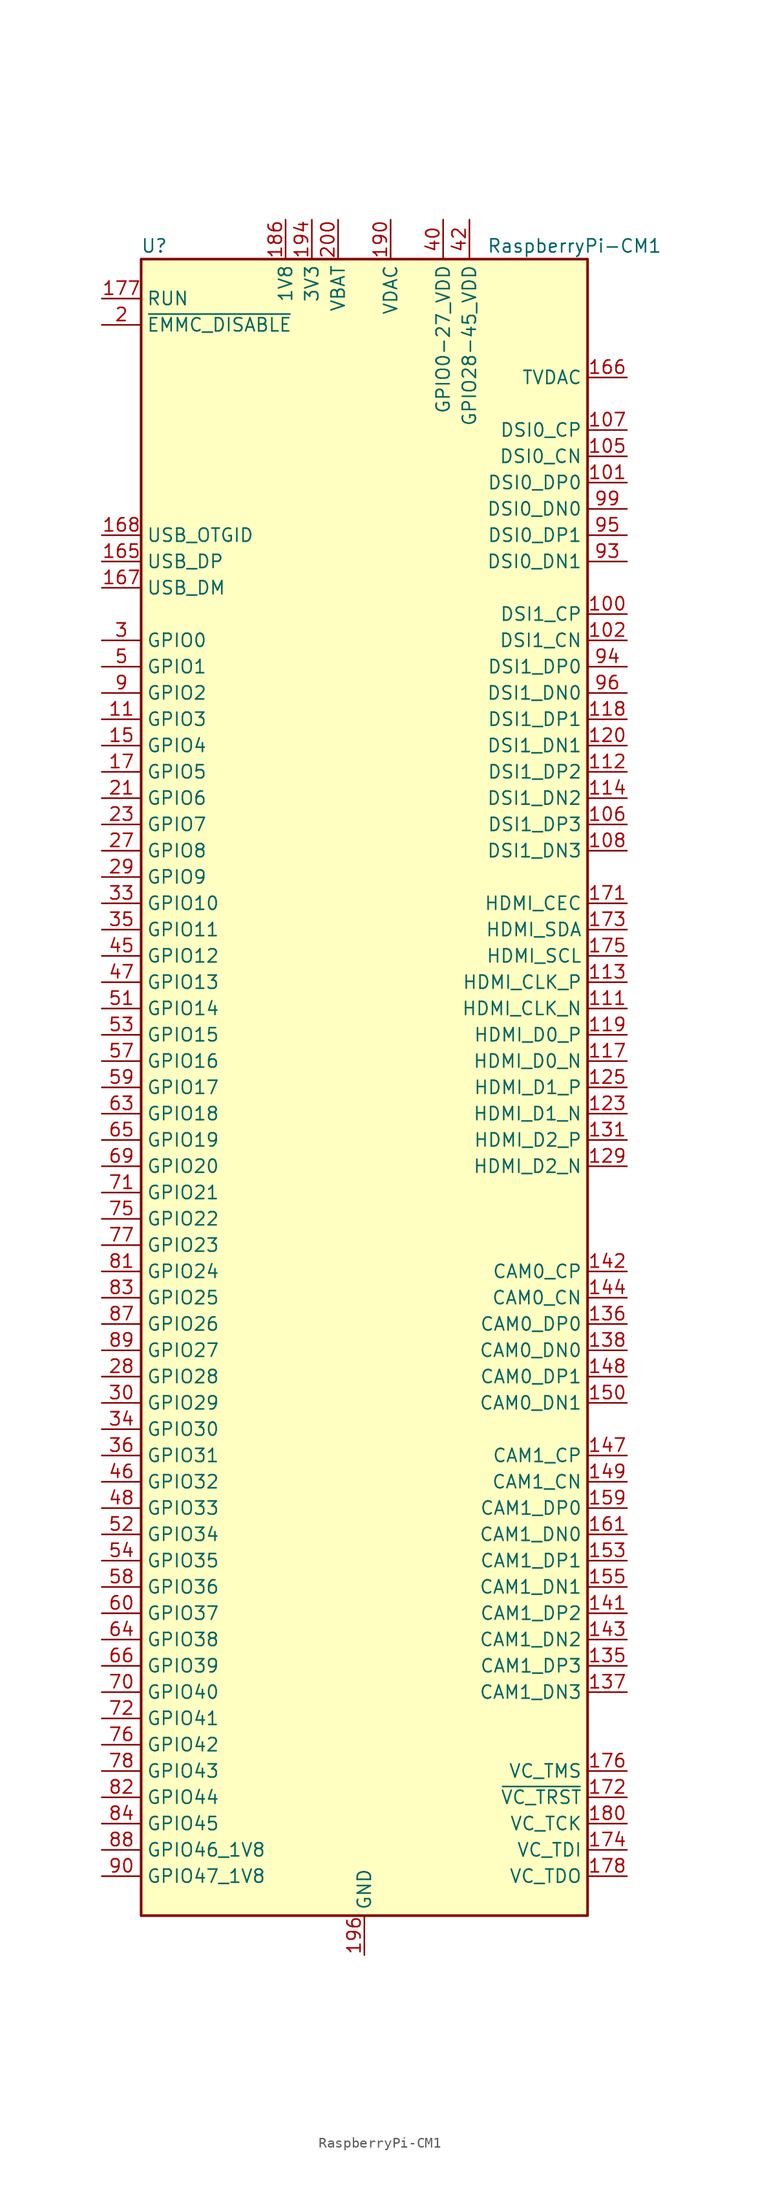
<source format=kicad_sym>
(kicad_symbol_lib
  (version 20231120)
  (generator "kicad_symbol_editor")
  (generator_version "8.0")
  (symbol "RaspberryPi-CM1"
    (property "Reference" "U"
      (at -20.32 81.28 0)
      (effects (font (size 1.27 1.27))))
    (property "Value" "RaspberryPi-CM1"
      (at 20.32 81.28 0)
      (effects (font (size 1.27 1.27))))
    (symbol "RaspberryPi-CM1_0_1"
      (rectangle (start -21.59 80.01) (end 21.59 -80.01) (stroke (width 0.254) (type default)) (fill (type background))))
    (symbol "RaspberryPi-CM1_1_1"
      (pin passive line (at 0 -83.82 90) (length 3.81) hide (name "GND" (effects (font (size 1.27 1.27)))) (number "1" (effects (font (size 1.27 1.27)))))
      (pin no_connect line (at -20.32 71.12 0) (length 2.54) hide (name "NC" (effects (font (size 1.27 1.27)))) (number "10" (effects (font (size 1.27 1.27)))))
      (pin output line (at 25.4 45.72 180) (length 3.81) (name "DSI1_CP" (effects (font (size 1.27 1.27)))) (number "100" (effects (font (size 1.27 1.27)))))
      (pin output line (at 25.4 58.42 180) (length 3.81) (name "DSI0_DP0" (effects (font (size 1.27 1.27)))) (number "101" (effects (font (size 1.27 1.27)))))
      (pin output line (at 25.4 43.18 180) (length 3.81) (name "DSI1_CN" (effects (font (size 1.27 1.27)))) (number "102" (effects (font (size 1.27 1.27)))))
      (pin passive line (at 0 -83.82 90) (length 3.81) hide (name "GND" (effects (font (size 1.27 1.27)))) (number "103" (effects (font (size 1.27 1.27)))))
      (pin passive line (at 0 -83.82 90) (length 3.81) hide (name "GND" (effects (font (size 1.27 1.27)))) (number "104" (effects (font (size 1.27 1.27)))))
      (pin output line (at 25.4 60.96 180) (length 3.81) (name "DSI0_CN" (effects (font (size 1.27 1.27)))) (number "105" (effects (font (size 1.27 1.27)))))
      (pin output line (at 25.4 25.4 180) (length 3.81) (name "DSI1_DP3" (effects (font (size 1.27 1.27)))) (number "106" (effects (font (size 1.27 1.27)))))
      (pin output line (at 25.4 63.5 180) (length 3.81) (name "DSI0_CP" (effects (font (size 1.27 1.27)))) (number "107" (effects (font (size 1.27 1.27)))))
      (pin output line (at 25.4 22.86 180) (length 3.81) (name "DSI1_DN3" (effects (font (size 1.27 1.27)))) (number "108" (effects (font (size 1.27 1.27)))))
      (pin passive line (at 0 -83.82 90) (length 3.81) hide (name "GND" (effects (font (size 1.27 1.27)))) (number "109" (effects (font (size 1.27 1.27)))))
      (pin bidirectional line (at -25.4 35.56 0) (length 3.81) (name "GPIO3" (effects (font (size 1.27 1.27)))) (number "11" (effects (font (size 1.27 1.27)))))
      (pin passive line (at 0 -83.82 90) (length 3.81) hide (name "GND" (effects (font (size 1.27 1.27)))) (number "110" (effects (font (size 1.27 1.27)))))
      (pin output line (at 25.4 7.62 180) (length 3.81) (name "HDMI_CLK_N" (effects (font (size 1.27 1.27)))) (number "111" (effects (font (size 1.27 1.27)))))
      (pin output line (at 25.4 30.48 180) (length 3.81) (name "DSI1_DP2" (effects (font (size 1.27 1.27)))) (number "112" (effects (font (size 1.27 1.27)))))
      (pin output line (at 25.4 10.16 180) (length 3.81) (name "HDMI_CLK_P" (effects (font (size 1.27 1.27)))) (number "113" (effects (font (size 1.27 1.27)))))
      (pin output line (at 25.4 27.94 180) (length 3.81) (name "DSI1_DN2" (effects (font (size 1.27 1.27)))) (number "114" (effects (font (size 1.27 1.27)))))
      (pin passive line (at 0 -83.82 90) (length 3.81) hide (name "GND" (effects (font (size 1.27 1.27)))) (number "115" (effects (font (size 1.27 1.27)))))
      (pin passive line (at 0 -83.82 90) (length 3.81) hide (name "GND" (effects (font (size 1.27 1.27)))) (number "116" (effects (font (size 1.27 1.27)))))
      (pin output line (at 25.4 2.54 180) (length 3.81) (name "HDMI_D0_N" (effects (font (size 1.27 1.27)))) (number "117" (effects (font (size 1.27 1.27)))))
      (pin output line (at 25.4 35.56 180) (length 3.81) (name "DSI1_DP1" (effects (font (size 1.27 1.27)))) (number "118" (effects (font (size 1.27 1.27)))))
      (pin output line (at 25.4 5.08 180) (length 3.81) (name "HDMI_D0_P" (effects (font (size 1.27 1.27)))) (number "119" (effects (font (size 1.27 1.27)))))
      (pin no_connect line (at -20.32 68.58 0) (length 2.54) hide (name "NC" (effects (font (size 1.27 1.27)))) (number "12" (effects (font (size 1.27 1.27)))))
      (pin output line (at 25.4 33.02 180) (length 3.81) (name "DSI1_DN1" (effects (font (size 1.27 1.27)))) (number "120" (effects (font (size 1.27 1.27)))))
      (pin passive line (at 0 -83.82 90) (length 3.81) hide (name "GND" (effects (font (size 1.27 1.27)))) (number "121" (effects (font (size 1.27 1.27)))))
      (pin passive line (at 0 -83.82 90) (length 3.81) hide (name "GND" (effects (font (size 1.27 1.27)))) (number "122" (effects (font (size 1.27 1.27)))))
      (pin output line (at 25.4 -2.54 180) (length 3.81) (name "HDMI_D1_N" (effects (font (size 1.27 1.27)))) (number "123" (effects (font (size 1.27 1.27)))))
      (pin no_connect line (at 20.32 76.2 180) (length 2.54) hide (name "NC" (effects (font (size 1.27 1.27)))) (number "124" (effects (font (size 1.27 1.27)))))
      (pin output line (at 25.4 0 180) (length 3.81) (name "HDMI_D1_P" (effects (font (size 1.27 1.27)))) (number "125" (effects (font (size 1.27 1.27)))))
      (pin no_connect line (at 20.32 73.66 180) (length 2.54) hide (name "NC" (effects (font (size 1.27 1.27)))) (number "126" (effects (font (size 1.27 1.27)))))
      (pin passive line (at 0 -83.82 90) (length 3.81) hide (name "GND" (effects (font (size 1.27 1.27)))) (number "127" (effects (font (size 1.27 1.27)))))
      (pin no_connect line (at 20.32 71.12 180) (length 2.54) hide (name "NC" (effects (font (size 1.27 1.27)))) (number "128" (effects (font (size 1.27 1.27)))))
      (pin output line (at 25.4 -7.62 180) (length 3.81) (name "HDMI_D2_N" (effects (font (size 1.27 1.27)))) (number "129" (effects (font (size 1.27 1.27)))))
      (pin passive line (at 0 -83.82 90) (length 3.81) hide (name "GND" (effects (font (size 1.27 1.27)))) (number "13" (effects (font (size 1.27 1.27)))))
      (pin no_connect line (at 20.32 66.04 180) (length 2.54) hide (name "NC" (effects (font (size 1.27 1.27)))) (number "130" (effects (font (size 1.27 1.27)))))
      (pin output line (at 25.4 -5.08 180) (length 3.81) (name "HDMI_D2_P" (effects (font (size 1.27 1.27)))) (number "131" (effects (font (size 1.27 1.27)))))
      (pin no_connect line (at 20.32 48.26 180) (length 2.54) hide (name "NC" (effects (font (size 1.27 1.27)))) (number "132" (effects (font (size 1.27 1.27)))))
      (pin passive line (at 0 -83.82 90) (length 3.81) hide (name "GND" (effects (font (size 1.27 1.27)))) (number "133" (effects (font (size 1.27 1.27)))))
      (pin passive line (at 0 -83.82 90) (length 3.81) hide (name "GND" (effects (font (size 1.27 1.27)))) (number "134" (effects (font (size 1.27 1.27)))))
      (pin input line (at 25.4 -55.88 180) (length 3.81) (name "CAM1_DP3" (effects (font (size 1.27 1.27)))) (number "135" (effects (font (size 1.27 1.27)))))
      (pin input line (at 25.4 -22.86 180) (length 3.81) (name "CAM0_DP0" (effects (font (size 1.27 1.27)))) (number "136" (effects (font (size 1.27 1.27)))))
      (pin input line (at 25.4 -58.42 180) (length 3.81) (name "CAM1_DN3" (effects (font (size 1.27 1.27)))) (number "137" (effects (font (size 1.27 1.27)))))
      (pin input line (at 25.4 -25.4 180) (length 3.81) (name "CAM0_DN0" (effects (font (size 1.27 1.27)))) (number "138" (effects (font (size 1.27 1.27)))))
      (pin passive line (at 0 -83.82 90) (length 3.81) hide (name "GND" (effects (font (size 1.27 1.27)))) (number "139" (effects (font (size 1.27 1.27)))))
      (pin no_connect line (at 5.08 -78.74 90) (length 2.54) hide (name "NC" (effects (font (size 1.27 1.27)))) (number "14" (effects (font (size 1.27 1.27)))))
      (pin passive line (at 0 -83.82 90) (length 3.81) hide (name "GND" (effects (font (size 1.27 1.27)))) (number "140" (effects (font (size 1.27 1.27)))))
      (pin input line (at 25.4 -50.8 180) (length 3.81) (name "CAM1_DP2" (effects (font (size 1.27 1.27)))) (number "141" (effects (font (size 1.27 1.27)))))
      (pin input line (at 25.4 -17.78 180) (length 3.81) (name "CAM0_CP" (effects (font (size 1.27 1.27)))) (number "142" (effects (font (size 1.27 1.27)))))
      (pin input line (at 25.4 -53.34 180) (length 3.81) (name "CAM1_DN2" (effects (font (size 1.27 1.27)))) (number "143" (effects (font (size 1.27 1.27)))))
      (pin input line (at 25.4 -20.32 180) (length 3.81) (name "CAM0_CN" (effects (font (size 1.27 1.27)))) (number "144" (effects (font (size 1.27 1.27)))))
      (pin passive line (at 0 -83.82 90) (length 3.81) hide (name "GND" (effects (font (size 1.27 1.27)))) (number "145" (effects (font (size 1.27 1.27)))))
      (pin passive line (at 0 -83.82 90) (length 3.81) hide (name "GND" (effects (font (size 1.27 1.27)))) (number "146" (effects (font (size 1.27 1.27)))))
      (pin input line (at 25.4 -35.56 180) (length 3.81) (name "CAM1_CP" (effects (font (size 1.27 1.27)))) (number "147" (effects (font (size 1.27 1.27)))))
      (pin input line (at 25.4 -27.94 180) (length 3.81) (name "CAM0_DP1" (effects (font (size 1.27 1.27)))) (number "148" (effects (font (size 1.27 1.27)))))
      (pin input line (at 25.4 -38.1 180) (length 3.81) (name "CAM1_CN" (effects (font (size 1.27 1.27)))) (number "149" (effects (font (size 1.27 1.27)))))
      (pin bidirectional line (at -25.4 33.02 0) (length 3.81) (name "GPIO4" (effects (font (size 1.27 1.27)))) (number "15" (effects (font (size 1.27 1.27)))))
      (pin input line (at 25.4 -30.48 180) (length 3.81) (name "CAM0_DN1" (effects (font (size 1.27 1.27)))) (number "150" (effects (font (size 1.27 1.27)))))
      (pin passive line (at 0 -83.82 90) (length 3.81) hide (name "GND" (effects (font (size 1.27 1.27)))) (number "151" (effects (font (size 1.27 1.27)))))
      (pin passive line (at 0 -83.82 90) (length 3.81) hide (name "GND" (effects (font (size 1.27 1.27)))) (number "152" (effects (font (size 1.27 1.27)))))
      (pin input line (at 25.4 -45.72 180) (length 3.81) (name "CAM1_DP1" (effects (font (size 1.27 1.27)))) (number "153" (effects (font (size 1.27 1.27)))))
      (pin no_connect line (at 20.32 -15.24 180) (length 2.54) hide (name "NC" (effects (font (size 1.27 1.27)))) (number "154" (effects (font (size 1.27 1.27)))))
      (pin input line (at 25.4 -48.26 180) (length 3.81) (name "CAM1_DN1" (effects (font (size 1.27 1.27)))) (number "155" (effects (font (size 1.27 1.27)))))
      (pin no_connect line (at 20.32 -12.7 180) (length 2.54) hide (name "NC" (effects (font (size 1.27 1.27)))) (number "156" (effects (font (size 1.27 1.27)))))
      (pin passive line (at 0 -83.82 90) (length 3.81) hide (name "GND" (effects (font (size 1.27 1.27)))) (number "157" (effects (font (size 1.27 1.27)))))
      (pin no_connect line (at 20.32 20.32 180) (length 2.54) hide (name "NC" (effects (font (size 1.27 1.27)))) (number "158" (effects (font (size 1.27 1.27)))))
      (pin input line (at 25.4 -40.64 180) (length 3.81) (name "CAM1_DP0" (effects (font (size 1.27 1.27)))) (number "159" (effects (font (size 1.27 1.27)))))
      (pin no_connect line (at -20.32 66.04 0) (length 2.54) hide (name "NC" (effects (font (size 1.27 1.27)))) (number "16" (effects (font (size 1.27 1.27)))))
      (pin no_connect line (at 20.32 -60.96 180) (length 2.54) hide (name "NC" (effects (font (size 1.27 1.27)))) (number "160" (effects (font (size 1.27 1.27)))))
      (pin input line (at 25.4 -43.18 180) (length 3.81) (name "CAM1_DN0" (effects (font (size 1.27 1.27)))) (number "161" (effects (font (size 1.27 1.27)))))
      (pin no_connect line (at 20.32 -63.5 180) (length 2.54) hide (name "NC" (effects (font (size 1.27 1.27)))) (number "162" (effects (font (size 1.27 1.27)))))
      (pin passive line (at 0 -83.82 90) (length 3.81) hide (name "GND" (effects (font (size 1.27 1.27)))) (number "163" (effects (font (size 1.27 1.27)))))
      (pin passive line (at 0 -83.82 90) (length 3.81) hide (name "GND" (effects (font (size 1.27 1.27)))) (number "164" (effects (font (size 1.27 1.27)))))
      (pin bidirectional line (at -25.4 50.8 0) (length 3.81) (name "USB_DP" (effects (font (size 1.27 1.27)))) (number "165" (effects (font (size 1.27 1.27)))))
      (pin output line (at 25.4 68.58 180) (length 3.81) (name "TVDAC" (effects (font (size 1.27 1.27)))) (number "166" (effects (font (size 1.27 1.27)))))
      (pin bidirectional line (at -25.4 48.26 0) (length 3.81) (name "USB_DM" (effects (font (size 1.27 1.27)))) (number "167" (effects (font (size 1.27 1.27)))))
      (pin passive line (at -25.4 53.34 0) (length 3.81) (name "USB_OTGID" (effects (font (size 1.27 1.27)))) (number "168" (effects (font (size 1.27 1.27)))))
      (pin passive line (at 0 -83.82 90) (length 3.81) hide (name "GND" (effects (font (size 1.27 1.27)))) (number "169" (effects (font (size 1.27 1.27)))))
      (pin bidirectional line (at -25.4 30.48 0) (length 3.81) (name "GPIO5" (effects (font (size 1.27 1.27)))) (number "17" (effects (font (size 1.27 1.27)))))
      (pin passive line (at 0 -83.82 90) (length 3.81) hide (name "GND" (effects (font (size 1.27 1.27)))) (number "170" (effects (font (size 1.27 1.27)))))
      (pin bidirectional line (at 25.4 17.78 180) (length 3.81) (name "HDMI_CEC" (effects (font (size 1.27 1.27)))) (number "171" (effects (font (size 1.27 1.27)))))
      (pin input line (at 25.4 -68.58 180) (length 3.81) (name "~{VC_TRST}" (effects (font (size 1.27 1.27)))) (number "172" (effects (font (size 1.27 1.27)))))
      (pin bidirectional line (at 25.4 15.24 180) (length 3.81) (name "HDMI_SDA" (effects (font (size 1.27 1.27)))) (number "173" (effects (font (size 1.27 1.27)))))
      (pin input line (at 25.4 -73.66 180) (length 3.81) (name "VC_TDI" (effects (font (size 1.27 1.27)))) (number "174" (effects (font (size 1.27 1.27)))))
      (pin bidirectional line (at 25.4 12.7 180) (length 3.81) (name "HDMI_SCL" (effects (font (size 1.27 1.27)))) (number "175" (effects (font (size 1.27 1.27)))))
      (pin input line (at 25.4 -66.04 180) (length 3.81) (name "VC_TMS" (effects (font (size 1.27 1.27)))) (number "176" (effects (font (size 1.27 1.27)))))
      (pin input line (at -25.4 76.2 0) (length 3.81) (name "RUN" (effects (font (size 1.27 1.27)))) (number "177" (effects (font (size 1.27 1.27)))))
      (pin output line (at 25.4 -76.2 180) (length 3.81) (name "VC_TDO" (effects (font (size 1.27 1.27)))) (number "178" (effects (font (size 1.27 1.27)))))
      (pin no_connect line (at 0 78.74 270) (length 2.54) hide (name "VDD_CORE_(DO_NOT_CONNECT)" (effects (font (size 1.27 1.27)))) (number "179" (effects (font (size 1.27 1.27)))))
      (pin no_connect line (at -20.32 63.5 0) (length 2.54) hide (name "NC" (effects (font (size 1.27 1.27)))) (number "18" (effects (font (size 1.27 1.27)))))
      (pin input line (at 25.4 -71.12 180) (length 3.81) (name "VC_TCK" (effects (font (size 1.27 1.27)))) (number "180" (effects (font (size 1.27 1.27)))))
      (pin passive line (at 0 -83.82 90) (length 3.81) hide (name "GND" (effects (font (size 1.27 1.27)))) (number "181" (effects (font (size 1.27 1.27)))))
      (pin passive line (at 0 -83.82 90) (length 3.81) hide (name "GND" (effects (font (size 1.27 1.27)))) (number "182" (effects (font (size 1.27 1.27)))))
      (pin passive line (at -7.62 83.82 270) (length 3.81) hide (name "1V8" (effects (font (size 1.27 1.27)))) (number "183" (effects (font (size 1.27 1.27)))))
      (pin passive line (at -7.62 83.82 270) (length 3.81) hide (name "1V8" (effects (font (size 1.27 1.27)))) (number "184" (effects (font (size 1.27 1.27)))))
      (pin passive line (at -7.62 83.82 270) (length 3.81) hide (name "1V8" (effects (font (size 1.27 1.27)))) (number "185" (effects (font (size 1.27 1.27)))))
      (pin power_in line (at -7.62 83.82 270) (length 3.81) (name "1V8" (effects (font (size 1.27 1.27)))) (number "186" (effects (font (size 1.27 1.27)))))
      (pin passive line (at 0 -83.82 90) (length 3.81) hide (name "GND" (effects (font (size 1.27 1.27)))) (number "187" (effects (font (size 1.27 1.27)))))
      (pin passive line (at 0 -83.82 90) (length 3.81) hide (name "GND" (effects (font (size 1.27 1.27)))) (number "188" (effects (font (size 1.27 1.27)))))
      (pin passive line (at 2.54 83.82 270) (length 3.81) hide (name "VDAC" (effects (font (size 1.27 1.27)))) (number "189" (effects (font (size 1.27 1.27)))))
      (pin passive line (at 0 -83.82 90) (length 3.81) hide (name "GND" (effects (font (size 1.27 1.27)))) (number "19" (effects (font (size 1.27 1.27)))))
      (pin power_in line (at 2.54 83.82 270) (length 3.81) (name "VDAC" (effects (font (size 1.27 1.27)))) (number "190" (effects (font (size 1.27 1.27)))))
      (pin passive line (at -5.08 83.82 270) (length 3.81) hide (name "3V3" (effects (font (size 1.27 1.27)))) (number "191" (effects (font (size 1.27 1.27)))))
      (pin passive line (at -5.08 83.82 270) (length 3.81) hide (name "3V3" (effects (font (size 1.27 1.27)))) (number "192" (effects (font (size 1.27 1.27)))))
      (pin passive line (at -5.08 83.82 270) (length 3.81) hide (name "3V3" (effects (font (size 1.27 1.27)))) (number "193" (effects (font (size 1.27 1.27)))))
      (pin power_in line (at -5.08 83.82 270) (length 3.81) (name "3V3" (effects (font (size 1.27 1.27)))) (number "194" (effects (font (size 1.27 1.27)))))
      (pin passive line (at 0 -83.82 90) (length 3.81) hide (name "GND" (effects (font (size 1.27 1.27)))) (number "195" (effects (font (size 1.27 1.27)))))
      (pin power_out line (at 0 -83.82 90) (length 3.81) (name "GND" (effects (font (size 1.27 1.27)))) (number "196" (effects (font (size 1.27 1.27)))))
      (pin passive line (at -2.54 83.82 270) (length 3.81) hide (name "VBAT" (effects (font (size 1.27 1.27)))) (number "197" (effects (font (size 1.27 1.27)))))
      (pin passive line (at -2.54 83.82 270) (length 3.81) hide (name "VBAT" (effects (font (size 1.27 1.27)))) (number "198" (effects (font (size 1.27 1.27)))))
      (pin passive line (at -2.54 83.82 270) (length 3.81) hide (name "VBAT" (effects (font (size 1.27 1.27)))) (number "199" (effects (font (size 1.27 1.27)))))
      (pin input line (at -25.4 73.66 0) (length 3.81) (name "~{EMMC_DISABLE}" (effects (font (size 1.27 1.27)))) (number "2" (effects (font (size 1.27 1.27)))))
      (pin no_connect line (at 7.62 -78.74 90) (length 2.54) hide (name "NC" (effects (font (size 1.27 1.27)))) (number "20" (effects (font (size 1.27 1.27)))))
      (pin power_in line (at -2.54 83.82 270) (length 3.81) (name "VBAT" (effects (font (size 1.27 1.27)))) (number "200" (effects (font (size 1.27 1.27)))))
      (pin bidirectional line (at -25.4 27.94 0) (length 3.81) (name "GPIO6" (effects (font (size 1.27 1.27)))) (number "21" (effects (font (size 1.27 1.27)))))
      (pin no_connect line (at -20.32 60.96 0) (length 2.54) hide (name "NC" (effects (font (size 1.27 1.27)))) (number "22" (effects (font (size 1.27 1.27)))))
      (pin bidirectional line (at -25.4 25.4 0) (length 3.81) (name "GPIO7" (effects (font (size 1.27 1.27)))) (number "23" (effects (font (size 1.27 1.27)))))
      (pin no_connect line (at -20.32 58.42 0) (length 2.54) hide (name "NC" (effects (font (size 1.27 1.27)))) (number "24" (effects (font (size 1.27 1.27)))))
      (pin passive line (at 0 -83.82 90) (length 3.81) hide (name "GND" (effects (font (size 1.27 1.27)))) (number "25" (effects (font (size 1.27 1.27)))))
      (pin passive line (at 0 -83.82 90) (length 3.81) hide (name "GND" (effects (font (size 1.27 1.27)))) (number "26" (effects (font (size 1.27 1.27)))))
      (pin bidirectional line (at -25.4 22.86 0) (length 3.81) (name "GPIO8" (effects (font (size 1.27 1.27)))) (number "27" (effects (font (size 1.27 1.27)))))
      (pin bidirectional line (at -25.4 -27.94 0) (length 3.81) (name "GPIO28" (effects (font (size 1.27 1.27)))) (number "28" (effects (font (size 1.27 1.27)))))
      (pin bidirectional line (at -25.4 20.32 0) (length 3.81) (name "GPIO9" (effects (font (size 1.27 1.27)))) (number "29" (effects (font (size 1.27 1.27)))))
      (pin bidirectional line (at -25.4 43.18 0) (length 3.81) (name "GPIO0" (effects (font (size 1.27 1.27)))) (number "3" (effects (font (size 1.27 1.27)))))
      (pin bidirectional line (at -25.4 -30.48 0) (length 3.81) (name "GPIO29" (effects (font (size 1.27 1.27)))) (number "30" (effects (font (size 1.27 1.27)))))
      (pin passive line (at 0 -83.82 90) (length 3.81) hide (name "GND" (effects (font (size 1.27 1.27)))) (number "31" (effects (font (size 1.27 1.27)))))
      (pin passive line (at 0 -83.82 90) (length 3.81) hide (name "GND" (effects (font (size 1.27 1.27)))) (number "32" (effects (font (size 1.27 1.27)))))
      (pin bidirectional line (at -25.4 17.78 0) (length 3.81) (name "GPIO10" (effects (font (size 1.27 1.27)))) (number "33" (effects (font (size 1.27 1.27)))))
      (pin bidirectional line (at -25.4 -33.02 0) (length 3.81) (name "GPIO30" (effects (font (size 1.27 1.27)))) (number "34" (effects (font (size 1.27 1.27)))))
      (pin bidirectional line (at -25.4 15.24 0) (length 3.81) (name "GPIO11" (effects (font (size 1.27 1.27)))) (number "35" (effects (font (size 1.27 1.27)))))
      (pin bidirectional line (at -25.4 -35.56 0) (length 3.81) (name "GPIO31" (effects (font (size 1.27 1.27)))) (number "36" (effects (font (size 1.27 1.27)))))
      (pin passive line (at 0 -83.82 90) (length 3.81) hide (name "GND" (effects (font (size 1.27 1.27)))) (number "37" (effects (font (size 1.27 1.27)))))
      (pin passive line (at 0 -83.82 90) (length 3.81) hide (name "GND" (effects (font (size 1.27 1.27)))) (number "38" (effects (font (size 1.27 1.27)))))
      (pin passive line (at 7.62 83.82 270) (length 3.81) hide (name "GPIO0-27_VDD" (effects (font (size 1.27 1.27)))) (number "39" (effects (font (size 1.27 1.27)))))
      (pin no_connect line (at 5.08 78.74 270) (length 2.54) hide (name "NC" (effects (font (size 1.27 1.27)))) (number "4" (effects (font (size 1.27 1.27)))))
      (pin power_in line (at 7.62 83.82 270) (length 3.81) (name "GPIO0-27_VDD" (effects (font (size 1.27 1.27)))) (number "40" (effects (font (size 1.27 1.27)))))
      (pin passive line (at 10.16 83.82 270) (length 3.81) hide (name "GPIO28-45_VDD" (effects (font (size 1.27 1.27)))) (number "41" (effects (font (size 1.27 1.27)))))
      (pin power_in line (at 10.16 83.82 270) (length 3.81) (name "GPIO28-45_VDD" (effects (font (size 1.27 1.27)))) (number "42" (effects (font (size 1.27 1.27)))))
      (pin passive line (at 0 -83.82 90) (length 3.81) hide (name "GND" (effects (font (size 1.27 1.27)))) (number "43" (effects (font (size 1.27 1.27)))))
      (pin passive line (at 0 -83.82 90) (length 3.81) hide (name "GND" (effects (font (size 1.27 1.27)))) (number "44" (effects (font (size 1.27 1.27)))))
      (pin bidirectional line (at -25.4 12.7 0) (length 3.81) (name "GPIO12" (effects (font (size 1.27 1.27)))) (number "45" (effects (font (size 1.27 1.27)))))
      (pin bidirectional line (at -25.4 -38.1 0) (length 3.81) (name "GPIO32" (effects (font (size 1.27 1.27)))) (number "46" (effects (font (size 1.27 1.27)))))
      (pin bidirectional line (at -25.4 10.16 0) (length 3.81) (name "GPIO13" (effects (font (size 1.27 1.27)))) (number "47" (effects (font (size 1.27 1.27)))))
      (pin bidirectional line (at -25.4 -40.64 0) (length 3.81) (name "GPIO33" (effects (font (size 1.27 1.27)))) (number "48" (effects (font (size 1.27 1.27)))))
      (pin passive line (at 0 -83.82 90) (length 3.81) hide (name "GND" (effects (font (size 1.27 1.27)))) (number "49" (effects (font (size 1.27 1.27)))))
      (pin bidirectional line (at -25.4 40.64 0) (length 3.81) (name "GPIO1" (effects (font (size 1.27 1.27)))) (number "5" (effects (font (size 1.27 1.27)))))
      (pin passive line (at 0 -83.82 90) (length 3.81) hide (name "GND" (effects (font (size 1.27 1.27)))) (number "50" (effects (font (size 1.27 1.27)))))
      (pin bidirectional line (at -25.4 7.62 0) (length 3.81) (name "GPIO14" (effects (font (size 1.27 1.27)))) (number "51" (effects (font (size 1.27 1.27)))))
      (pin bidirectional line (at -25.4 -43.18 0) (length 3.81) (name "GPIO34" (effects (font (size 1.27 1.27)))) (number "52" (effects (font (size 1.27 1.27)))))
      (pin bidirectional line (at -25.4 5.08 0) (length 3.81) (name "GPIO15" (effects (font (size 1.27 1.27)))) (number "53" (effects (font (size 1.27 1.27)))))
      (pin bidirectional line (at -25.4 -45.72 0) (length 3.81) (name "GPIO35" (effects (font (size 1.27 1.27)))) (number "54" (effects (font (size 1.27 1.27)))))
      (pin passive line (at 0 -83.82 90) (length 3.81) hide (name "GND" (effects (font (size 1.27 1.27)))) (number "55" (effects (font (size 1.27 1.27)))))
      (pin passive line (at 0 -83.82 90) (length 3.81) hide (name "GND" (effects (font (size 1.27 1.27)))) (number "56" (effects (font (size 1.27 1.27)))))
      (pin bidirectional line (at -25.4 2.54 0) (length 3.81) (name "GPIO16" (effects (font (size 1.27 1.27)))) (number "57" (effects (font (size 1.27 1.27)))))
      (pin bidirectional line (at -25.4 -48.26 0) (length 3.81) (name "GPIO36" (effects (font (size 1.27 1.27)))) (number "58" (effects (font (size 1.27 1.27)))))
      (pin bidirectional line (at -25.4 0 0) (length 3.81) (name "GPIO17" (effects (font (size 1.27 1.27)))) (number "59" (effects (font (size 1.27 1.27)))))
      (pin no_connect line (at 12.7 78.74 270) (length 2.54) hide (name "NC" (effects (font (size 1.27 1.27)))) (number "6" (effects (font (size 1.27 1.27)))))
      (pin bidirectional line (at -25.4 -50.8 0) (length 3.81) (name "GPIO37" (effects (font (size 1.27 1.27)))) (number "60" (effects (font (size 1.27 1.27)))))
      (pin passive line (at 0 -83.82 90) (length 3.81) hide (name "GND" (effects (font (size 1.27 1.27)))) (number "61" (effects (font (size 1.27 1.27)))))
      (pin passive line (at 0 -83.82 90) (length 3.81) hide (name "GND" (effects (font (size 1.27 1.27)))) (number "62" (effects (font (size 1.27 1.27)))))
      (pin bidirectional line (at -25.4 -2.54 0) (length 3.81) (name "GPIO18" (effects (font (size 1.27 1.27)))) (number "63" (effects (font (size 1.27 1.27)))))
      (pin bidirectional line (at -25.4 -53.34 0) (length 3.81) (name "GPIO38" (effects (font (size 1.27 1.27)))) (number "64" (effects (font (size 1.27 1.27)))))
      (pin bidirectional line (at -25.4 -5.08 0) (length 3.81) (name "GPIO19" (effects (font (size 1.27 1.27)))) (number "65" (effects (font (size 1.27 1.27)))))
      (pin bidirectional line (at -25.4 -55.88 0) (length 3.81) (name "GPIO39" (effects (font (size 1.27 1.27)))) (number "66" (effects (font (size 1.27 1.27)))))
      (pin passive line (at 0 -83.82 90) (length 3.81) hide (name "GND" (effects (font (size 1.27 1.27)))) (number "67" (effects (font (size 1.27 1.27)))))
      (pin passive line (at 0 -83.82 90) (length 3.81) hide (name "GND" (effects (font (size 1.27 1.27)))) (number "68" (effects (font (size 1.27 1.27)))))
      (pin bidirectional line (at -25.4 -7.62 0) (length 3.81) (name "GPIO20" (effects (font (size 1.27 1.27)))) (number "69" (effects (font (size 1.27 1.27)))))
      (pin passive line (at 0 -83.82 90) (length 3.81) hide (name "GND" (effects (font (size 1.27 1.27)))) (number "7" (effects (font (size 1.27 1.27)))))
      (pin bidirectional line (at -25.4 -58.42 0) (length 3.81) (name "GPIO40" (effects (font (size 1.27 1.27)))) (number "70" (effects (font (size 1.27 1.27)))))
      (pin bidirectional line (at -25.4 -10.16 0) (length 3.81) (name "GPIO21" (effects (font (size 1.27 1.27)))) (number "71" (effects (font (size 1.27 1.27)))))
      (pin bidirectional line (at -25.4 -60.96 0) (length 3.81) (name "GPIO41" (effects (font (size 1.27 1.27)))) (number "72" (effects (font (size 1.27 1.27)))))
      (pin passive line (at 0 -83.82 90) (length 3.81) hide (name "GND" (effects (font (size 1.27 1.27)))) (number "73" (effects (font (size 1.27 1.27)))))
      (pin passive line (at 0 -83.82 90) (length 3.81) hide (name "GND" (effects (font (size 1.27 1.27)))) (number "74" (effects (font (size 1.27 1.27)))))
      (pin bidirectional line (at -25.4 -12.7 0) (length 3.81) (name "GPIO22" (effects (font (size 1.27 1.27)))) (number "75" (effects (font (size 1.27 1.27)))))
      (pin bidirectional line (at -25.4 -63.5 0) (length 3.81) (name "GPIO42" (effects (font (size 1.27 1.27)))) (number "76" (effects (font (size 1.27 1.27)))))
      (pin bidirectional line (at -25.4 -15.24 0) (length 3.81) (name "GPIO23" (effects (font (size 1.27 1.27)))) (number "77" (effects (font (size 1.27 1.27)))))
      (pin bidirectional line (at -25.4 -66.04 0) (length 3.81) (name "GPIO43" (effects (font (size 1.27 1.27)))) (number "78" (effects (font (size 1.27 1.27)))))
      (pin passive line (at 0 -83.82 90) (length 3.81) hide (name "GND" (effects (font (size 1.27 1.27)))) (number "79" (effects (font (size 1.27 1.27)))))
      (pin no_connect line (at 2.54 -78.74 90) (length 2.54) hide (name "NC" (effects (font (size 1.27 1.27)))) (number "8" (effects (font (size 1.27 1.27)))))
      (pin passive line (at 0 -83.82 90) (length 3.81) hide (name "GND" (effects (font (size 1.27 1.27)))) (number "80" (effects (font (size 1.27 1.27)))))
      (pin bidirectional line (at -25.4 -17.78 0) (length 3.81) (name "GPIO24" (effects (font (size 1.27 1.27)))) (number "81" (effects (font (size 1.27 1.27)))))
      (pin bidirectional line (at -25.4 -68.58 0) (length 3.81) (name "GPIO44" (effects (font (size 1.27 1.27)))) (number "82" (effects (font (size 1.27 1.27)))))
      (pin bidirectional line (at -25.4 -20.32 0) (length 3.81) (name "GPIO25" (effects (font (size 1.27 1.27)))) (number "83" (effects (font (size 1.27 1.27)))))
      (pin bidirectional line (at -25.4 -71.12 0) (length 3.81) (name "GPIO45" (effects (font (size 1.27 1.27)))) (number "84" (effects (font (size 1.27 1.27)))))
      (pin passive line (at 0 -83.82 90) (length 3.81) hide (name "GND" (effects (font (size 1.27 1.27)))) (number "85" (effects (font (size 1.27 1.27)))))
      (pin passive line (at 0 -83.82 90) (length 3.81) hide (name "GND" (effects (font (size 1.27 1.27)))) (number "86" (effects (font (size 1.27 1.27)))))
      (pin bidirectional line (at -25.4 -22.86 0) (length 3.81) (name "GPIO26" (effects (font (size 1.27 1.27)))) (number "87" (effects (font (size 1.27 1.27)))))
      (pin bidirectional line (at -25.4 -73.66 0) (length 3.81) (name "GPIO46_1V8" (effects (font (size 1.27 1.27)))) (number "88" (effects (font (size 1.27 1.27)))))
      (pin bidirectional line (at -25.4 -25.4 0) (length 3.81) (name "GPIO27" (effects (font (size 1.27 1.27)))) (number "89" (effects (font (size 1.27 1.27)))))
      (pin bidirectional line (at -25.4 38.1 0) (length 3.81) (name "GPIO2" (effects (font (size 1.27 1.27)))) (number "9" (effects (font (size 1.27 1.27)))))
      (pin bidirectional line (at -25.4 -76.2 0) (length 3.81) (name "GPIO47_1V8" (effects (font (size 1.27 1.27)))) (number "90" (effects (font (size 1.27 1.27)))))
      (pin passive line (at 0 -83.82 90) (length 3.81) hide (name "GND" (effects (font (size 1.27 1.27)))) (number "91" (effects (font (size 1.27 1.27)))))
      (pin passive line (at 0 -83.82 90) (length 3.81) hide (name "GND" (effects (font (size 1.27 1.27)))) (number "92" (effects (font (size 1.27 1.27)))))
      (pin output line (at 25.4 50.8 180) (length 3.81) (name "DSI0_DN1" (effects (font (size 1.27 1.27)))) (number "93" (effects (font (size 1.27 1.27)))))
      (pin output line (at 25.4 40.64 180) (length 3.81) (name "DSI1_DP0" (effects (font (size 1.27 1.27)))) (number "94" (effects (font (size 1.27 1.27)))))
      (pin output line (at 25.4 53.34 180) (length 3.81) (name "DSI0_DP1" (effects (font (size 1.27 1.27)))) (number "95" (effects (font (size 1.27 1.27)))))
      (pin output line (at 25.4 38.1 180) (length 3.81) (name "DSI1_DN0" (effects (font (size 1.27 1.27)))) (number "96" (effects (font (size 1.27 1.27)))))
      (pin passive line (at 0 -83.82 90) (length 3.81) hide (name "GND" (effects (font (size 1.27 1.27)))) (number "97" (effects (font (size 1.27 1.27)))))
      (pin passive line (at 0 -83.82 90) (length 3.81) hide (name "GND" (effects (font (size 1.27 1.27)))) (number "98" (effects (font (size 1.27 1.27)))))
      (pin output line (at 25.4 55.88 180) (length 3.81) (name "DSI0_DN0" (effects (font (size 1.27 1.27)))) (number "99" (effects (font (size 1.27 1.27))))))))
</source>
